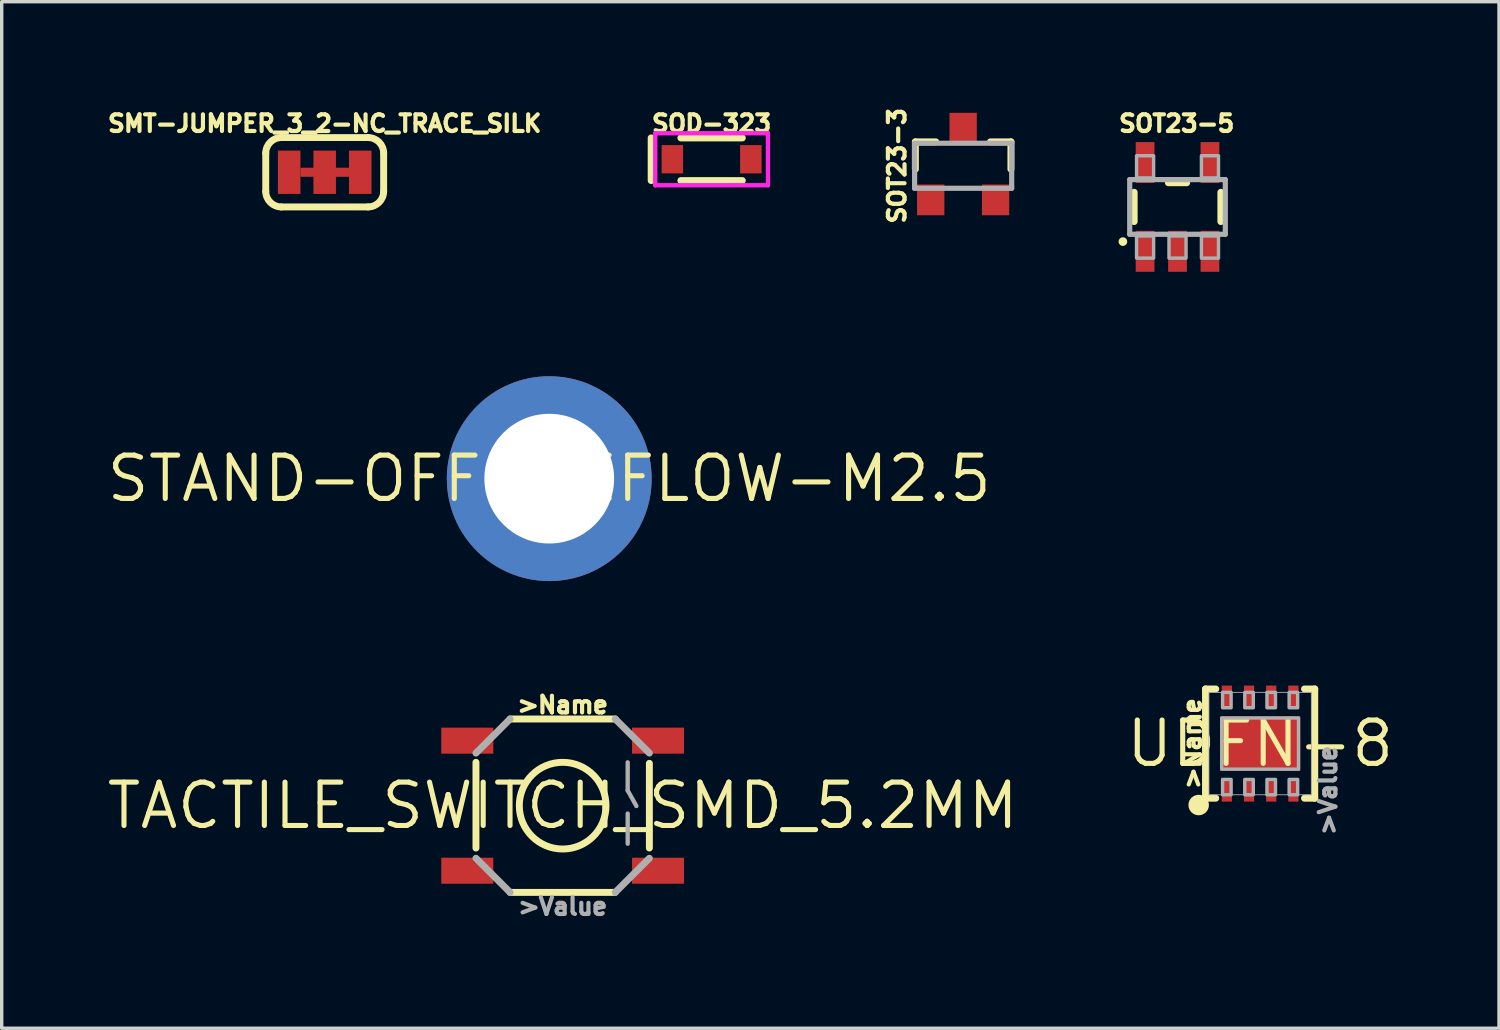
<source format=kicad_pcb>
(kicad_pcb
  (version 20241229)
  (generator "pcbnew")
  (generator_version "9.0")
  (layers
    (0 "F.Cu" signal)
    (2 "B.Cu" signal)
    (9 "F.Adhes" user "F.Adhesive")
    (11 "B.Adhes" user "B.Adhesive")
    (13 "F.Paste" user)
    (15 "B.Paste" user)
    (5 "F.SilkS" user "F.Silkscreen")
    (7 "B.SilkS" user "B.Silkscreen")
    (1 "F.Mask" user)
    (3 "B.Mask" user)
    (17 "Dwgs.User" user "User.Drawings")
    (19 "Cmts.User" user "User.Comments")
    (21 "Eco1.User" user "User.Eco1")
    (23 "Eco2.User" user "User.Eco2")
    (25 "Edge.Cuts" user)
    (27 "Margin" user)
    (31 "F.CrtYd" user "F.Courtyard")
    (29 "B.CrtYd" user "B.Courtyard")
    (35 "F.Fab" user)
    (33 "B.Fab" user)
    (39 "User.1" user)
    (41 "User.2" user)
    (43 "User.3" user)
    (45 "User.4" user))
  (footprint "STAND-OFF-REFLOW-M2.5"
    (layer "F.Cu")
    (at 13.04 10.972)
    (property "Reference" "STAND-OFF-REFLOW-M2.5" (at 0 0 0) (layer "F.SilkS") (effects (font (size 1.27 1.27) (thickness 0.15))))
    (fp_poly (pts (xy -1.713 0.865) (xy -1.596 1.079) (xy -1.45 1.276) (xy -1.276 1.45) (xy -1.079 1.596) (xy -0.863 1.714) (xy -0.633 1.799) (xy 0.073 1.95) (xy -0.35 1.95) (xy -0.35 3.06) (xy -0.737 2.992) (xy -1.059 2.898) (xy -1.369 2.768) (xy -1.662 2.605) (xy -1.936 2.41) (xy -2.186 2.186) (xy -2.41 1.936) (xy -2.605 1.662) (xy -2.768 1.369) (xy -2.898 1.059) (xy -2.992 0.737) (xy -3.049 0.409) (xy -3 0.4) (xy -3 0.35) (xy -1.862 0.35)) (stroke (width 0) (type solid)) (fill yes) (layer "F.Paste"))
    (fp_poly (pts (xy -0.4 -3) (xy -0.35 -3) (xy -0.35 -1.862) (xy -0.865 -1.713) (xy -1.079 -1.596) (xy -1.276 -1.45) (xy -1.45 -1.276) (xy -1.596 -1.079) (xy -1.714 -0.863) (xy -1.799 -0.633) (xy -1.95 0.073) (xy -1.95 -0.35) (xy -3.06 -0.35) (xy -2.992 -0.737) (xy -2.898 -1.059) (xy -2.768 -1.369) (xy -2.605 -1.662) (xy -2.41 -1.936) (xy -2.186 -2.186) (xy -1.936 -2.41) (xy -1.662 -2.605) (xy -1.369 -2.768) (xy -1.059 -2.898) (xy -0.737 -2.992) (xy -0.409 -3.049)) (stroke (width 0) (type solid)) (fill yes) (layer "F.Paste"))
    (fp_poly (pts (xy 0.35 1.86) (xy 0.633 1.799) (xy 0.863 1.714) (xy 1.079 1.596) (xy 1.276 1.45) (xy 1.45 1.276) (xy 1.596 1.079) (xy 1.714 0.863) (xy 1.799 0.633) (xy 1.95 -0.073) (xy 1.95 0.35) (xy 3.06 0.35) (xy 2.992 0.737) (xy 2.898 1.059) (xy 2.768 1.369) (xy 2.605 1.662) (xy 2.41 1.936) (xy 2.186 2.186) (xy 1.936 2.41) (xy 1.662 2.605) (xy 1.369 2.768) (xy 1.059 2.898) (xy 0.737 2.992) (xy 0.409 3.049) (xy 0.4 3) (xy 0.35 3)) (stroke (width 0) (type solid)) (fill yes) (layer "F.Paste"))
    (fp_poly (pts (xy 0.737 -2.992) (xy 1.059 -2.898) (xy 1.369 -2.768) (xy 1.662 -2.605) (xy 1.936 -2.41) (xy 2.186 -2.186) (xy 2.41 -1.936) (xy 2.605 -1.662) (xy 2.768 -1.369) (xy 2.898 -1.059) (xy 2.992 -0.737) (xy 3.049 -0.409) (xy 3 -0.4) (xy 3 -0.35) (xy 1.86 -0.35) (xy 1.799 -0.633) (xy 1.714 -0.863) (xy 1.596 -1.079) (xy 1.45 -1.276) (xy 1.276 -1.45) (xy 1.079 -1.596) (xy 0.863 -1.714) (xy 0.633 -1.799) (xy -0.073 -1.95) (xy 0.35 -1.95) (xy 0.35 -3.06)) (stroke (width 0) (type solid)) (fill yes) (layer "F.Paste"))
    (pad "1" thru_hole circle (at 0 0) (size 6 6) (drill 3.8) (layers "*.Cu" "*.Mask")))
  (footprint "SOT23-3"
    (layer "F.Cu")
    (at 25.165 1.806)
    (property "Reference" "SOT23-3" (at -1.651 0 90) (layer "F.SilkS") (effects (font (size 0.488 0.488) (thickness 0.122)) (justify bottom)))
    (fp_line (start -1.4 -0.7) (end -1.4 0.1) (stroke (width 0.203) (type solid)) (layer "F.SilkS"))
    (fp_line (start -0.8 -0.7) (end -1.4 -0.7) (stroke (width 0.203) (type solid)) (layer "F.SilkS"))
    (fp_line (start 0.8 -0.7) (end 1.4 -0.7) (stroke (width 0.203) (type solid)) (layer "F.SilkS"))
    (fp_line (start 1.4 -0.7) (end 1.4 0.1) (stroke (width 0.203) (type solid)) (layer "F.SilkS"))
    (fp_line (start -1.422 -0.66) (end 1.422 -0.66) (stroke (width 0.152) (type solid)) (layer "F.Fab"))
    (fp_line (start -1.422 0.66) (end -1.422 -0.66) (stroke (width 0.152) (type solid)) (layer "F.Fab"))
    (fp_line (start 1.422 -0.66) (end 1.422 0.66) (stroke (width 0.152) (type solid)) (layer "F.Fab"))
    (fp_line (start 1.422 0.66) (end -1.422 0.66) (stroke (width 0.152) (type solid)) (layer "F.Fab"))
    (pad "1" smd rect (at -0.95 1) (size 0.8 0.9) (layers "F.Cu" "F.Mask" "F.Paste"))
    (pad "2" smd rect (at 0.95 1) (size 0.8 0.9) (layers "F.Cu" "F.Mask" "F.Paste"))
    (pad "3" smd rect (at 0 -1.1) (size 0.8 0.9) (layers "F.Cu" "F.Mask" "F.Paste")))
  (footprint "SOD-323"
    (layer "F.Cu")
    (at 17.796 1.615)
    (property "Reference" "SOD-323" (at 0 -0.762 0) (layer "F.SilkS") (effects (font (size 0.488 0.488) (thickness 0.122)) (justify bottom)))
    (fp_line (start -1.77 -0.625) (end -1.77 0.625) (stroke (width 0.203) (type solid)) (layer "F.SilkS"))
    (fp_line (start -0.9 -0.625) (end 0.9 -0.625) (stroke (width 0.203) (type solid)) (layer "F.SilkS"))
    (fp_line (start -0.9 0.625) (end 0.9 0.625) (stroke (width 0.203) (type solid)) (layer "F.SilkS"))
    (fp_line (start -1.651 -0.762) (end 1.651 -0.762) (stroke (width 0.127) (type solid)) (layer "F.CrtYd"))
    (fp_line (start -1.651 0.762) (end -1.651 -0.762) (stroke (width 0.127) (type solid)) (layer "F.CrtYd"))
    (fp_line (start 1.651 -0.762) (end 1.651 0.762) (stroke (width 0.127) (type solid)) (layer "F.CrtYd"))
    (fp_line (start 1.651 0.762) (end -1.651 0.762) (stroke (width 0.127) (type solid)) (layer "F.CrtYd"))
    (pad "A" smd rect (at 1.15 0) (size 0.63 0.83) (layers "F.Cu" "F.Mask" "F.Paste"))
    (pad "C" smd rect (at -1.15 0) (size 0.63 0.83) (layers "F.Cu" "F.Mask" "F.Paste")))
  (footprint "TACTILE_SWITCH_SMD_5.2MM"
    (layer "F.Cu")
    (at 13.433 20.552)
    (property "Reference" "TACTILE_SWITCH_SMD_5.2MM" (at 0 0 0) (layer "F.SilkS") (effects (font (size 1.27 1.27) (thickness 0.15))))
    (fp_line (start -2.54 1.24) (end -2.54 -1.27) (stroke (width 0.203) (type solid)) (layer "F.SilkS"))
    (fp_line (start -1.54 -2.54) (end 1.54 -2.54) (stroke (width 0.203) (type solid)) (layer "F.SilkS"))
    (fp_line (start 1.54 2.54) (end -1.54 2.54) (stroke (width 0.203) (type solid)) (layer "F.SilkS"))
    (fp_line (start 2.54 -1.24) (end 2.54 1.24) (stroke (width 0.203) (type solid)) (layer "F.SilkS"))
    (fp_circle (center 0 0) (end 1.27 0) (stroke (width 0.203) (type solid)) (fill no) (layer "F.SilkS"))
    (fp_line (start -2.54 -1.54) (end -1.54 -2.54) (stroke (width 0.203) (type solid)) (layer "F.Fab"))
    (fp_line (start -1.54 2.54) (end -2.54 1.54) (stroke (width 0.203) (type solid)) (layer "F.Fab"))
    (fp_line (start 1.54 -2.54) (end 2.54 -1.54) (stroke (width 0.203) (type solid)) (layer "F.Fab"))
    (fp_line (start 1.905 -1.27) (end 1.905 -0.445) (stroke (width 0.127) (type solid)) (layer "F.Fab"))
    (fp_line (start 1.905 -0.445) (end 2.16 0.01) (stroke (width 0.127) (type solid)) (layer "F.Fab"))
    (fp_line (start 1.905 0.23) (end 1.905 1.115) (stroke (width 0.127) (type solid)) (layer "F.Fab"))
    (fp_line (start 2.54 1.54) (end 1.54 2.54) (stroke (width 0.203) (type solid)) (layer "F.Fab"))
    (fp_text user ">Name" (at 0 -2.667 0) (layer "F.SilkS") (effects (font (size 0.488 0.488) (thickness 0.122)) (justify bottom)))
    (fp_text user ">Value" (at 0 2.667 0) (layer "F.Fab") (effects (font (size 0.488 0.488) (thickness 0.122)) (justify top)))
    (pad "1" smd rect (at -2.794 -1.905 90) (size 0.762 1.524) (layers "F.Cu" "F.Mask" "F.Paste"))
    (pad "2" smd rect (at 2.794 -1.905 90) (size 0.762 1.524) (layers "F.Cu" "F.Mask" "F.Paste"))
    (pad "3" smd rect (at -2.794 1.905 90) (size 0.762 1.524) (layers "F.Cu" "F.Mask" "F.Paste"))
    (pad "4" smd rect (at 2.794 1.905 90) (size 0.762 1.524) (layers "F.Cu" "F.Mask" "F.Paste")))
  (footprint "UDFN-8"
    (layer "F.Cu")
    (at 33.865 18.733)
    (property "Reference" "UDFN-8" (at 0 0 0) (layer "F.SilkS") (effects (font (size 1.27 1.27) (thickness 0.15))))
    (fp_line (start -1.6 -1.6) (end -1.3 -1.6) (stroke (width 0.203) (type solid)) (layer "F.SilkS"))
    (fp_line (start -1.6 1.6) (end -1.6 -1.6) (stroke (width 0.203) (type solid)) (layer "F.SilkS"))
    (fp_line (start -1.6 1.6) (end -1.3 1.6) (stroke (width 0.203) (type solid)) (layer "F.SilkS"))
    (fp_line (start 1.6 -1.6) (end 1.3 -1.6) (stroke (width 0.203) (type solid)) (layer "F.SilkS"))
    (fp_line (start 1.6 -1.6) (end 1.6 1.6) (stroke (width 0.203) (type solid)) (layer "F.SilkS"))
    (fp_line (start 1.6 1.6) (end 1.3 1.6) (stroke (width 0.203) (type solid)) (layer "F.SilkS"))
    (fp_circle (center -1.8 1.8) (end -1.65 1.8) (stroke (width 0.3) (type solid)) (fill yes) (layer "F.SilkS"))
    (fp_poly (pts (xy -0.688 0.4) (xy 0.688 0.4) (xy 0.688 -0.4) (xy -0.688 -0.4)) (stroke (width 0) (type solid)) (fill yes) (layer "F.Paste"))
    (fp_line (start -1.5 -1.5) (end 1.5 -1.5) (stroke (width 0.025) (type solid)) (layer "F.Fab"))
    (fp_line (start -1.5 1.5) (end -1.5 -1.5) (stroke (width 0.025) (type solid)) (layer "F.Fab"))
    (fp_line (start 1.5 -1.5) (end 1.5 1.5) (stroke (width 0.025) (type solid)) (layer "F.Fab"))
    (fp_line (start 1.5 1.5) (end -1.5 1.5) (stroke (width 0.025) (type solid)) (layer "F.Fab"))
    (fp_poly (pts (xy -1.125 0.75) (xy 1.125 0.75) (xy 1.125 -0.75) (xy -1.125 -0.75)) (stroke (width 0.1) (type solid)) (fill no) (layer "F.Fab"))
    (fp_poly (pts (xy -1.1 1.5) (xy -0.85 1.5) (xy -0.85 1.05) (xy -1.1 1.05)) (stroke (width 0.1) (type solid)) (fill no) (layer "F.Fab"))
    (fp_poly (pts (xy -0.85 -1.5) (xy -1.1 -1.5) (xy -1.1 -1.05) (xy -0.85 -1.05)) (stroke (width 0.1) (type solid)) (fill no) (layer "F.Fab"))
    (fp_poly (pts (xy -0.45 1.5) (xy -0.2 1.5) (xy -0.2 1.05) (xy -0.45 1.05)) (stroke (width 0.1) (type solid)) (fill no) (layer "F.Fab"))
    (fp_poly (pts (xy -0.2 -1.5) (xy -0.45 -1.5) (xy -0.45 -1.05) (xy -0.2 -1.05)) (stroke (width 0.1) (type solid)) (fill no) (layer "F.Fab"))
    (fp_poly (pts (xy 0.2 1.5) (xy 0.45 1.5) (xy 0.45 1.05) (xy 0.2 1.05)) (stroke (width 0.1) (type solid)) (fill no) (layer "F.Fab"))
    (fp_poly (pts (xy 0.45 -1.5) (xy 0.2 -1.5) (xy 0.2 -1.05) (xy 0.45 -1.05)) (stroke (width 0.1) (type solid)) (fill no) (layer "F.Fab"))
    (fp_poly (pts (xy 0.85 1.5) (xy 1.1 1.5) (xy 1.1 1.05) (xy 0.85 1.05)) (stroke (width 0.1) (type solid)) (fill no) (layer "F.Fab"))
    (fp_poly (pts (xy 1.1 -1.5) (xy 0.85 -1.5) (xy 0.85 -1.05) (xy 1.1 -1.05)) (stroke (width 0.1) (type solid)) (fill no) (layer "F.Fab"))
    (fp_text user ">Name" (at -1.7 0 90) (layer "F.SilkS") (effects (font (size 0.488 0.488) (thickness 0.122)) (justify bottom)))
    (fp_text user ">Value" (at 1.7 0 90) (layer "F.Fab") (effects (font (size 0.488 0.488) (thickness 0.122)) (justify right top)))
    (pad "1" smd rect (at -0.975 1.375) (size 0.3 0.65) (layers "F.Cu" "F.Mask" "F.Paste"))
    (pad "2" smd rect (at -0.325 1.375) (size 0.3 0.65) (layers "F.Cu" "F.Mask" "F.Paste"))
    (pad "3" smd rect (at 0.325 1.375) (size 0.3 0.65) (layers "F.Cu" "F.Mask" "F.Paste"))
    (pad "4" smd rect (at 0.975 1.375) (size 0.3 0.65) (layers "F.Cu" "F.Mask" "F.Paste"))
    (pad "5" smd rect (at 0.975 -1.375 180) (size 0.3 0.65) (layers "F.Cu" "F.Mask" "F.Paste"))
    (pad "6" smd rect (at 0.325 -1.375 180) (size 0.3 0.65) (layers "F.Cu" "F.Mask" "F.Paste"))
    (pad "7" smd rect (at -0.325 -1.375 180) (size 0.3 0.65) (layers "F.Cu" "F.Mask" "F.Paste"))
    (pad "8" smd rect (at -0.975 -1.375 180) (size 0.3 0.65) (layers "F.Cu" "F.Mask" "F.Paste"))
    (pad "EP" smd rect (at 0 0) (size 2.35 1.6) (layers "F.Cu" "F.Mask")))
  (footprint "SOT23-5"
    (layer "F.Cu")
    (at 31.445 3.012)
    (property "Reference" "SOT23-5" (at -1.778 -2.159 0) (layer "F.SilkS") (effects (font (size 0.488 0.488) (thickness 0.122)) (justify left bottom)))
    (fp_line (start -1.27 0.429) (end -1.27 -0.429) (stroke (width 0.203) (type solid)) (layer "F.SilkS"))
    (fp_line (start -0.268 -0.709) (end 0.268 -0.709) (stroke (width 0.203) (type solid)) (layer "F.SilkS"))
    (fp_line (start 1.27 -0.429) (end 1.27 0.429) (stroke (width 0.203) (type solid)) (layer "F.SilkS"))
    (fp_circle (center -1.6 1.016) (end -1.537 1.016) (stroke (width 0.127) (type solid)) (fill yes) (layer "F.SilkS"))
    (fp_line (start -1.4 -0.8) (end -1.4 0.8) (stroke (width 0.152) (type solid)) (layer "F.Fab"))
    (fp_line (start -1.4 -0.8) (end 1.4 -0.8) (stroke (width 0.152) (type solid)) (layer "F.Fab"))
    (fp_line (start 1.4 -0.8) (end 1.4 0.8) (stroke (width 0.152) (type solid)) (layer "F.Fab"))
    (fp_line (start 1.4 0.8) (end -1.4 0.8) (stroke (width 0.152) (type solid)) (layer "F.Fab"))
    (fp_poly (pts (xy -1.2 -0.85) (xy -0.7 -0.85) (xy -0.7 -1.5) (xy -1.2 -1.5)) (stroke (width 0.1) (type solid)) (fill no) (layer "F.Fab"))
    (fp_poly (pts (xy -1.2 1.5) (xy -0.7 1.5) (xy -0.7 0.85) (xy -1.2 0.85)) (stroke (width 0.1) (type solid)) (fill no) (layer "F.Fab"))
    (fp_poly (pts (xy -0.25 1.5) (xy 0.25 1.5) (xy 0.25 0.85) (xy -0.25 0.85)) (stroke (width 0.1) (type solid)) (fill no) (layer "F.Fab"))
    (fp_poly (pts (xy 0.7 -0.85) (xy 1.2 -0.85) (xy 1.2 -1.5) (xy 0.7 -1.5)) (stroke (width 0.1) (type solid)) (fill no) (layer "F.Fab"))
    (fp_poly (pts (xy 0.7 1.5) (xy 1.2 1.5) (xy 1.2 0.85) (xy 0.7 0.85)) (stroke (width 0.1) (type solid)) (fill no) (layer "F.Fab"))
    (pad "1" smd rect (at -0.95 1.3) (size 0.55 1.2) (layers "F.Cu" "F.Mask" "F.Paste"))
    (pad "2" smd rect (at 0 1.3) (size 0.55 1.2) (layers "F.Cu" "F.Mask" "F.Paste"))
    (pad "3" smd rect (at 0.95 1.3) (size 0.55 1.2) (layers "F.Cu" "F.Mask" "F.Paste"))
    (pad "4" smd rect (at 0.95 -1.3) (size 0.55 1.2) (layers "F.Cu" "F.Mask" "F.Paste"))
    (pad "5" smd rect (at -0.95 -1.3) (size 0.55 1.2) (layers "F.Cu" "F.Mask" "F.Paste")))
  (footprint "SMT-JUMPER_3_2-NC_TRACE_SILK"
    (layer "F.Cu")
    (at 6.462 1.996)
    (property "Reference" "SMT-JUMPER_3_2-NC_TRACE_SILK" (at 0 -1.143 0) (layer "F.SilkS") (effects (font (size 0.488 0.488) (thickness 0.122)) (justify bottom)))
    (fp_poly (pts (xy 0.711 0.133) (xy -0.711 0.133) (xy -0.711 -0.133) (xy 0.711 -0.133)) (stroke (width 0) (type solid)) (fill yes) (layer "F.Cu"))
    (fp_poly (pts (xy -0.254 0.191) (xy -0.762 0.191) (xy -0.762 -0.191) (xy -0.254 -0.191)) (stroke (width 0) (type solid)) (fill yes) (layer "F.Mask"))
    (fp_poly (pts (xy 0.762 0.191) (xy 0.254 0.191) (xy 0.254 -0.191) (xy 0.762 -0.191)) (stroke (width 0) (type solid)) (fill yes) (layer "F.Mask"))
    (fp_line (start -1.727 0.559) (end -1.727 -0.559) (stroke (width 0.203) (type solid)) (layer "F.SilkS"))
    (fp_line (start -1.27 -1.016) (end 1.27 -1.016) (stroke (width 0.203) (type solid)) (layer "F.SilkS"))
    (fp_line (start 1.27 1.016) (end -1.27 1.016) (stroke (width 0.203) (type solid)) (layer "F.SilkS"))
    (fp_line (start 1.727 0.559) (end 1.727 -0.559) (stroke (width 0.203) (type solid)) (layer "F.SilkS"))
    (fp_arc (start -1.7272 -0.5588) (mid -1.593289 -0.882089) (end -1.27 -1.016) (stroke (width 0.2032) (type solid)) (layer "F.SilkS"))
    (fp_arc (start -1.27 1.016) (mid -1.593289 0.882089) (end -1.7272 0.5588) (stroke (width 0.2032) (type solid)) (layer "F.SilkS"))
    (fp_arc (start 1.27 -1.016) (mid 1.593289 -0.882089) (end 1.7272 -0.5588) (stroke (width 0.2032) (type solid)) (layer "F.SilkS"))
    (fp_arc (start 1.7272 0.5588) (mid 1.593289 0.882089) (end 1.27 1.016) (stroke (width 0.2032) (type solid)) (layer "F.SilkS"))
    (pad "1" smd rect (at -1.041 0) (size 0.66 1.27) (layers "F.Cu" "F.Mask"))
    (pad "2" smd rect (at 0 0) (size 0.66 1.27) (layers "F.Cu" "F.Mask"))
    (pad "3" smd rect (at 1.041 0) (size 0.66 1.27) (layers "F.Cu" "F.Mask")))
  (gr_rect
    (start -3 -3)
    (end 40.863 27.072)
    (stroke (width 0.1) (type default))
    (fill no)
    (layer "Edge.Cuts")))
</source>
